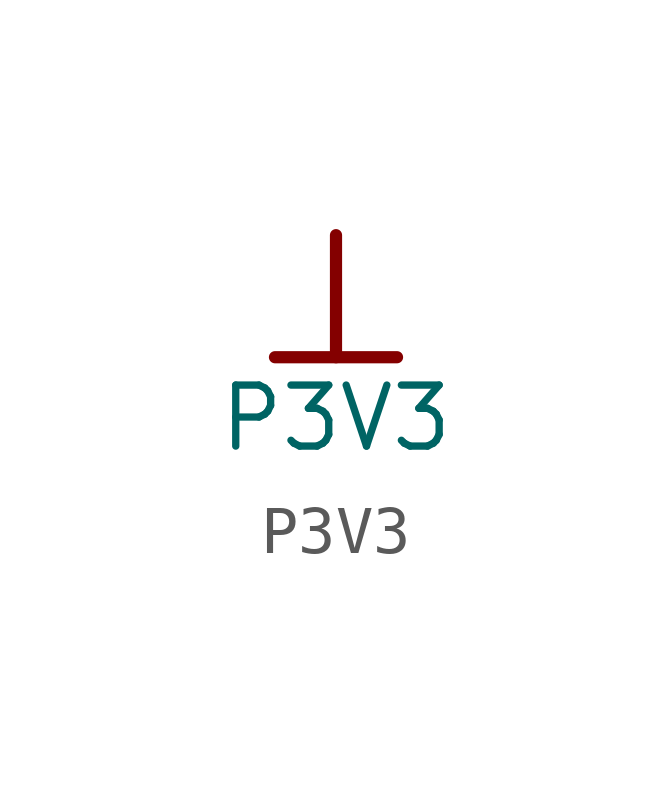
<source format=kicad_sym>
(kicad_symbol_lib
  (version 20231120)
  (generator "kicad_symbol_editor")
  (generator_version "8.0")
  (symbol "P3V3"
    (power)
    (property "Reference" "#PWR0202"
      (at 0 0 0)
      (effects (font (size 1.27 1.27)) (hide yes)))
    (property "Value" "P3V3"
      (at 0 -3.81 0)
      (effects (font (size 1.27 1.27))))
    (symbol "P3V3_0_0"
      (polyline (pts (xy -1.27 -2.54) (xy 1.27 -2.54)) (stroke (width 0.254) (type solid)) (fill (type none)))
      (polyline (pts (xy 0 0) (xy 0 -2.54)) (stroke (width 0.254) (type solid)) (fill (type none)))
      (pin power_in line (at 0 0 0) (length 0) hide (name "P3V3" (effects (font (size 1.27 1.27)))) (number "" (effects (font (size 1.27 1.27))))))))
</source>
